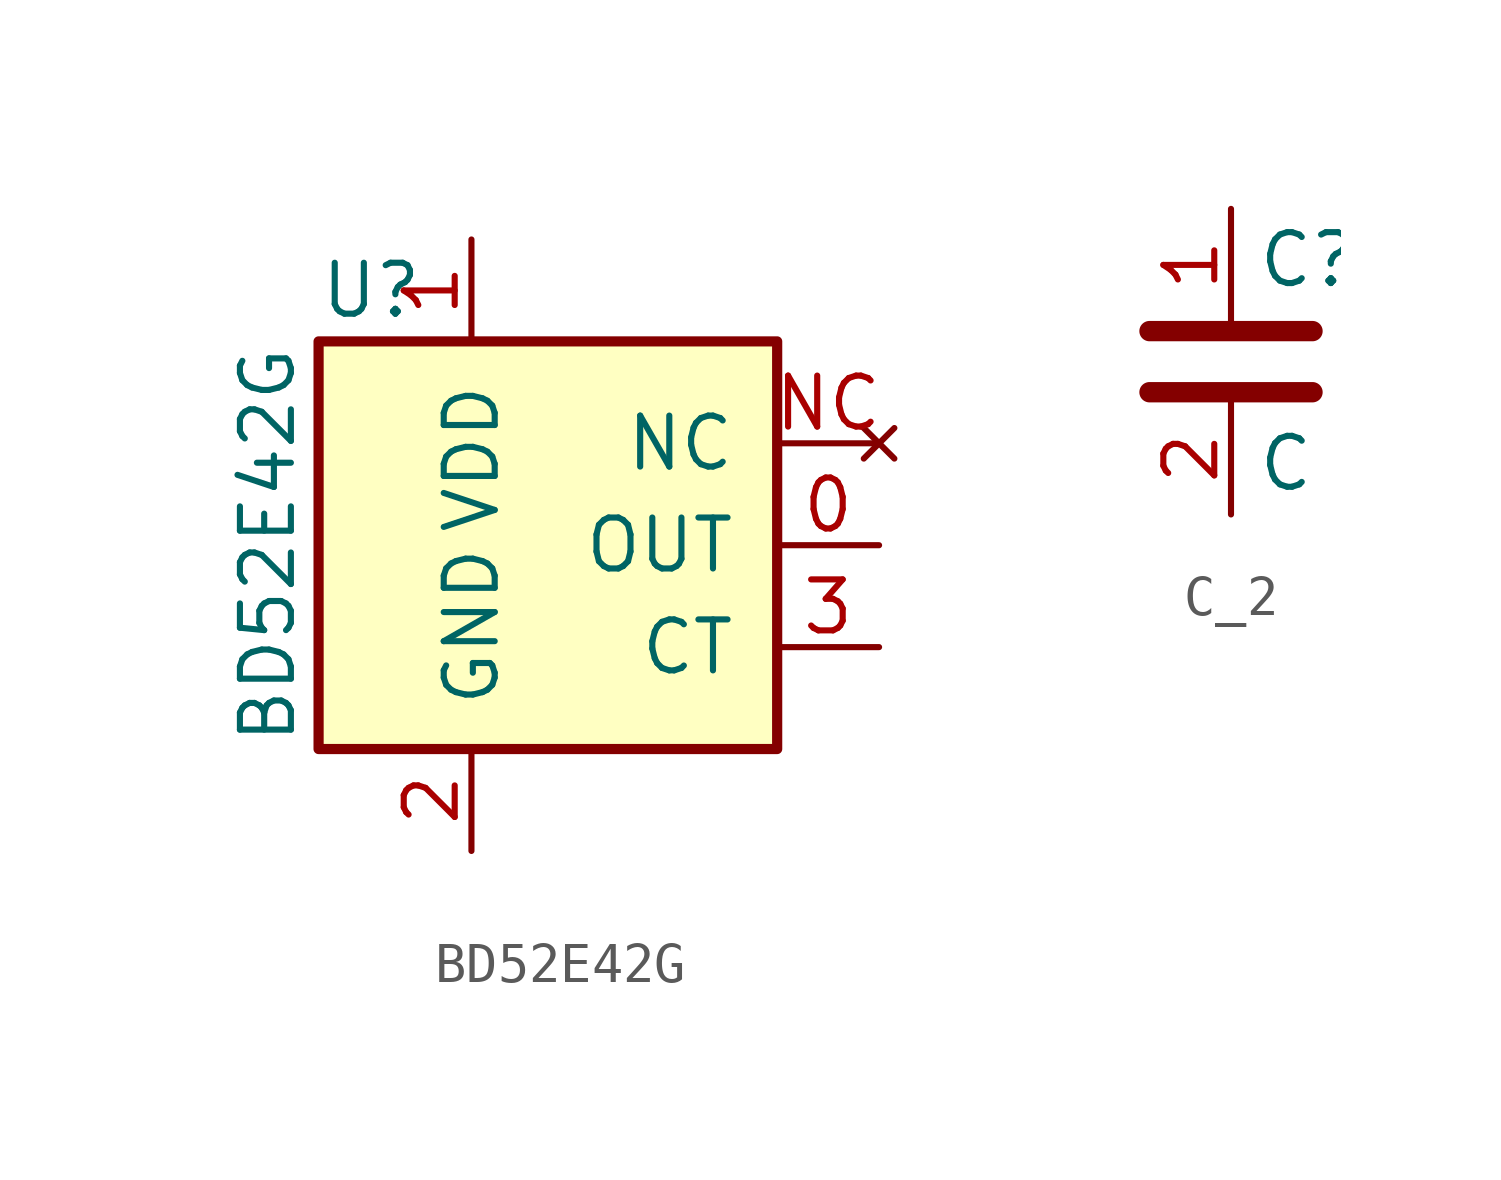
<source format=kicad_sym>
(kicad_symbol_lib
  (version 20231120)
  (generator "kicad_symbol_editor")
  (generator_version "8.0")
  (symbol "BD52E42G"
    (pin_names
      (offset 1.016))
    (property "Reference" "U"
      (at -3.81 6.35 0)
      (effects (font (size 1.27 1.27)) (justify left)))
    (property "Value" "BD52E42G"
      (at -5.08 0 90)
      (effects (font (size 1.27 1.27))))
    (symbol "BD52E42G_1_1"
      (rectangle (start -3.81 5.08) (end 7.62 -5.08) (stroke (width 0.254) (type default)) (fill (type background)))
      (pin passive line (at 10.16 0 180) (length 2.54) (name "OUT" (effects (font (size 1.27 1.27)))) (number "0" (effects (font (size 1.27 1.27)))))
      (pin passive line (at 0 7.62 270) (length 2.54) (name "VDD" (effects (font (size 1.27 1.27)))) (number "1" (effects (font (size 1.27 1.27)))))
      (pin passive line (at 0 -7.62 90) (length 2.54) (name "GND" (effects (font (size 1.27 1.27)))) (number "2" (effects (font (size 1.27 1.27)))))
      (pin passive line (at 10.16 -2.54 180) (length 2.54) (name "CT" (effects (font (size 1.27 1.27)))) (number "3" (effects (font (size 1.27 1.27)))))
      (pin no_connect line (at 10.16 2.54 180) (length 2.54) (name "NC" (effects (font (size 1.27 1.27)))) (number "NC" (effects (font (size 1.27 1.27)))))))
  (symbol "C_2"
    (pin_names
      (offset 0.254) hide)
    (property "Reference" "C"
      (at 0.635 2.54 0)
      (effects (font (size 1.27 1.27)) (justify left)))
    (property "Value" "C"
      (at 0.635 -2.54 0)
      (effects (font (size 1.27 1.27)) (justify left)))
    (symbol "C_2_0_1"
      (polyline (pts (xy -2.032 -0.762) (xy 2.032 -0.762)) (stroke (width 0.508) (type default)) (fill (type none)))
      (polyline (pts (xy -2.032 0.762) (xy 2.032 0.762)) (stroke (width 0.508) (type default)) (fill (type none))))
    (symbol "C_2_1_1"
      (pin passive line (at 0 3.81 270) (length 2.794) (name "~" (effects (font (size 1.27 1.27)))) (number "1" (effects (font (size 1.27 1.27)))))
      (pin passive line (at 0 -3.81 90) (length 2.794) (name "~" (effects (font (size 1.27 1.27)))) (number "2" (effects (font (size 1.27 1.27))))))))
</source>
